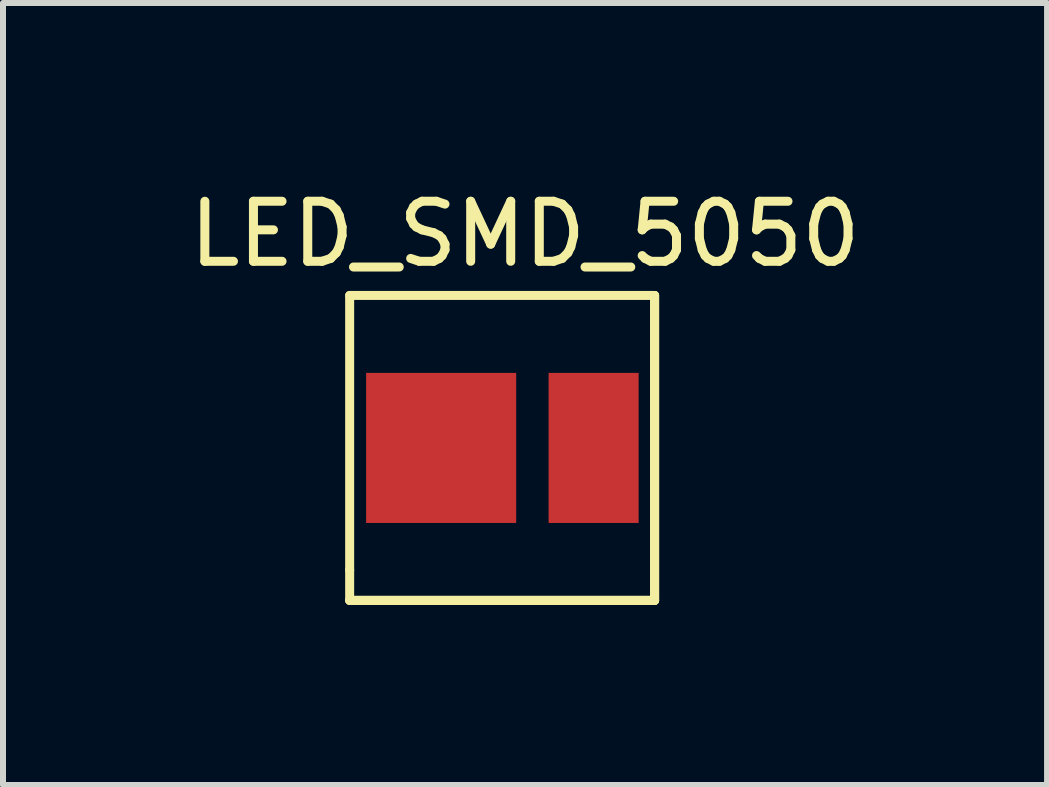
<source format=kicad_pcb>
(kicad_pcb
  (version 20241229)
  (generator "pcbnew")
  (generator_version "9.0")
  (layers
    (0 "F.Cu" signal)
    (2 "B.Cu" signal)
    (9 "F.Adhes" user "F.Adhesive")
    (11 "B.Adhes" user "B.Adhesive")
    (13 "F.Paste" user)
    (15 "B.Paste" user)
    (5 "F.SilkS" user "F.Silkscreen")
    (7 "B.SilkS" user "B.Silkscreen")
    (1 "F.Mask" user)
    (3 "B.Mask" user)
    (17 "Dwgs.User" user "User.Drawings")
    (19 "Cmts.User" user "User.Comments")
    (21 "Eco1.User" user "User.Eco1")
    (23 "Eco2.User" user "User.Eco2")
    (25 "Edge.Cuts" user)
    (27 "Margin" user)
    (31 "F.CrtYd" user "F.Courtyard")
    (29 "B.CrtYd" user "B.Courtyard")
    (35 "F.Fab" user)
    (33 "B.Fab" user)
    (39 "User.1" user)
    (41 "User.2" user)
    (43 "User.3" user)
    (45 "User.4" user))
  (footprint "LED_SMD_5050"
    (layer "F.Cu")
    (at 5.696 0.348)
    (property "Reference" "LED_SMD_5050" (at 0 0.5 0) (layer "F.SilkS") (effects (font (size 1 1) (thickness 0.15))))
    (attr through_hole)
    (fp_line (start -2.921 1.524) (end -2.921 6.096) (stroke (width 0.15) (type solid)) (layer "F.SilkS"))
    (fp_line (start -2.921 6.604) (end -2.921 6.096) (stroke (width 0.15) (type solid)) (layer "F.SilkS"))
    (fp_line (start -2.921 6.604) (end 2.159 6.604) (stroke (width 0.15) (type solid)) (layer "F.SilkS"))
    (fp_line (start 2.159 1.524) (end -2.921 1.524) (stroke (width 0.15) (type solid)) (layer "F.SilkS"))
    (fp_line (start 2.159 1.524) (end 2.159 6.604) (stroke (width 0.15) (type solid)) (layer "F.SilkS"))
    (fp_line (start 2.159 6.604) (end -2.921 6.604) (stroke (width 0.15) (type solid)) (layer "F.SilkS"))
    (fp_line (start 2.159 6.604) (end 2.159 1.524) (stroke (width 0.15) (type solid)) (layer "F.SilkS"))
    (pad "1" smd rect (at 1.143 4.064) (size 1.5 2.5) (layers "F.Cu" "F.Mask" "F.Paste"))
    (pad "2" smd rect (at -1.397 4.064) (size 2.5 2.5) (layers "F.Cu" "F.Mask" "F.Paste")))
  (gr_rect
    (start -3 -3)
    (end 14.393 10.027)
    (stroke (width 0.1) (type default))
    (fill no)
    (layer "Edge.Cuts")))
</source>
